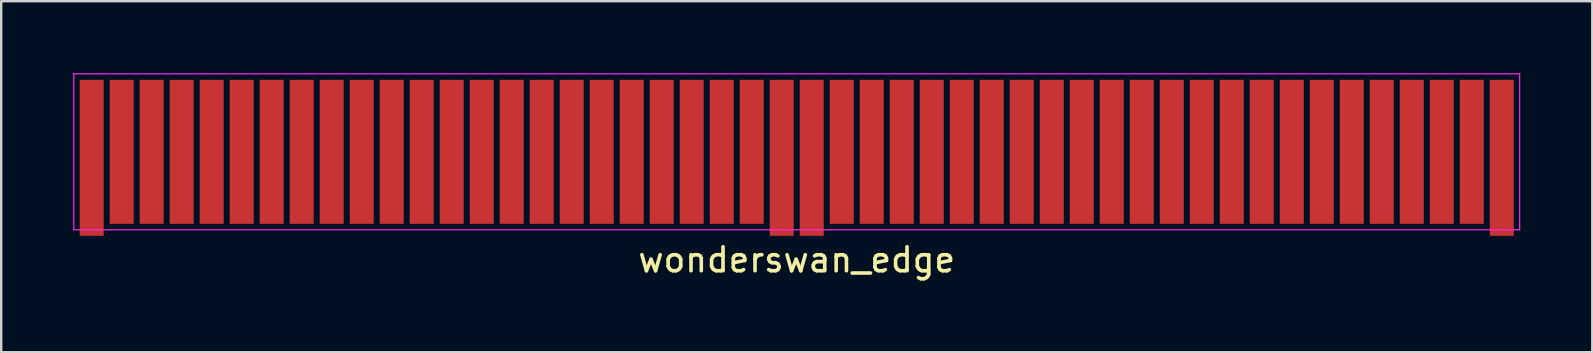
<source format=kicad_pcb>
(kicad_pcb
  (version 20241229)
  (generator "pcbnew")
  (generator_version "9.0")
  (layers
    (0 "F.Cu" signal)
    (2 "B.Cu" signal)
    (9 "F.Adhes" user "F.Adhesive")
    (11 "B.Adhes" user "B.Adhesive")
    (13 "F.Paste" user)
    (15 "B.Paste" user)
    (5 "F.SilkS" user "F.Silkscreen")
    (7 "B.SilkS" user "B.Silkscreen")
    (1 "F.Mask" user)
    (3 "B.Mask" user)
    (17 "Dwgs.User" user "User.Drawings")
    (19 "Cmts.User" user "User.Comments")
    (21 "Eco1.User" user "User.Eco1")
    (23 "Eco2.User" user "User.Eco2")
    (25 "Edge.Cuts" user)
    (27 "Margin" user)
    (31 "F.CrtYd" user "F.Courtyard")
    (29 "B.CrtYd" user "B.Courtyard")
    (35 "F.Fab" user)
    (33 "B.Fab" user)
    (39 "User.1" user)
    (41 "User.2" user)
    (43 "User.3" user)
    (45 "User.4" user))
  (footprint "wonderswan_edge"
    (layer "F.Cu")
    (at 30.145 3.275)
    (property "Reference" "wonderswan_edge" (at 0 4.5 0) (layer "F.SilkS") (effects (font (size 1 1) (thickness 0.15))))
    (attr smd)
    (fp_line (start -30.12 -3.25) (end 30.12 -3.25) (stroke (width 0.05) (type solid)) (layer "F.CrtYd"))
    (fp_line (start -30.12 3.25) (end -30.12 -3.25) (stroke (width 0.05) (type solid)) (layer "F.CrtYd"))
    (fp_line (start 30.12 -3.25) (end 30.12 3.25) (stroke (width 0.05) (type solid)) (layer "F.CrtYd"))
    (fp_line (start 30.12 3.25) (end -30.12 3.25) (stroke (width 0.05) (type solid)) (layer "F.CrtYd"))
    (pad "1" smd rect (at -29.375 0.25) (size 1 6.5) (layers "F.Cu" "F.Mask" "F.Paste"))
    (pad "2" smd rect (at -28.125 0) (size 1 6) (layers "F.Cu" "F.Mask" "F.Paste"))
    (pad "3" smd rect (at -26.875 0) (size 1 6) (layers "F.Cu" "F.Mask" "F.Paste"))
    (pad "4" smd rect (at -25.625 0) (size 1 6) (layers "F.Cu" "F.Mask" "F.Paste"))
    (pad "5" smd rect (at -24.375 0) (size 1 6) (layers "F.Cu" "F.Mask" "F.Paste"))
    (pad "6" smd rect (at -23.125 0) (size 1 6) (layers "F.Cu" "F.Mask" "F.Paste"))
    (pad "7" smd rect (at -21.875 0) (size 1 6) (layers "F.Cu" "F.Mask" "F.Paste"))
    (pad "8" smd rect (at -20.625 0) (size 1 6) (layers "F.Cu" "F.Mask" "F.Paste"))
    (pad "9" smd rect (at -19.375 0) (size 1 6) (layers "F.Cu" "F.Mask" "F.Paste"))
    (pad "10" smd rect (at -18.125 0) (size 1 6) (layers "F.Cu" "F.Mask" "F.Paste"))
    (pad "11" smd rect (at -16.875 0) (size 1 6) (layers "F.Cu" "F.Mask" "F.Paste"))
    (pad "12" smd rect (at -15.625 0) (size 1 6) (layers "F.Cu" "F.Mask" "F.Paste"))
    (pad "13" smd rect (at -14.375 0) (size 1 6) (layers "F.Cu" "F.Mask" "F.Paste"))
    (pad "14" smd rect (at -13.125 0) (size 1 6) (layers "F.Cu" "F.Mask" "F.Paste"))
    (pad "15" smd rect (at -11.875 0) (size 1 6) (layers "F.Cu" "F.Mask" "F.Paste"))
    (pad "16" smd rect (at -10.625 0) (size 1 6) (layers "F.Cu" "F.Mask" "F.Paste"))
    (pad "17" smd rect (at -9.375 0) (size 1 6) (layers "F.Cu" "F.Mask" "F.Paste"))
    (pad "18" smd rect (at -8.125 0) (size 1 6) (layers "F.Cu" "F.Mask" "F.Paste"))
    (pad "19" smd rect (at -6.875 0) (size 1 6) (layers "F.Cu" "F.Mask" "F.Paste"))
    (pad "20" smd rect (at -5.625 0) (size 1 6) (layers "F.Cu" "F.Mask" "F.Paste"))
    (pad "21" smd rect (at -4.375 0) (size 1 6) (layers "F.Cu" "F.Mask" "F.Paste"))
    (pad "22" smd rect (at -3.125 0) (size 1 6) (layers "F.Cu" "F.Mask" "F.Paste"))
    (pad "23" smd rect (at -1.875 0) (size 1 6) (layers "F.Cu" "F.Mask" "F.Paste"))
    (pad "24" smd rect (at -0.625 0.25) (size 1 6.5) (layers "F.Cu" "F.Mask" "F.Paste"))
    (pad "25" smd rect (at 0.625 0.25) (size 1 6.5) (layers "F.Cu" "F.Mask" "F.Paste"))
    (pad "26" smd rect (at 1.875 0) (size 1 6) (layers "F.Cu" "F.Mask" "F.Paste"))
    (pad "27" smd rect (at 3.125 0) (size 1 6) (layers "F.Cu" "F.Mask" "F.Paste"))
    (pad "28" smd rect (at 4.375 0) (size 1 6) (layers "F.Cu" "F.Mask" "F.Paste"))
    (pad "29" smd rect (at 5.625 0) (size 1 6) (layers "F.Cu" "F.Mask" "F.Paste"))
    (pad "30" smd rect (at 6.875 0) (size 1 6) (layers "F.Cu" "F.Mask" "F.Paste"))
    (pad "31" smd rect (at 8.125 0) (size 1 6) (layers "F.Cu" "F.Mask" "F.Paste"))
    (pad "32" smd rect (at 9.375 0) (size 1 6) (layers "F.Cu" "F.Mask" "F.Paste"))
    (pad "33" smd rect (at 10.625 0) (size 1 6) (layers "F.Cu" "F.Mask" "F.Paste"))
    (pad "34" smd rect (at 11.875 0) (size 1 6) (layers "F.Cu" "F.Mask" "F.Paste"))
    (pad "35" smd rect (at 13.125 0) (size 1 6) (layers "F.Cu" "F.Mask" "F.Paste"))
    (pad "36" smd rect (at 14.375 0) (size 1 6) (layers "F.Cu" "F.Mask" "F.Paste"))
    (pad "37" smd rect (at 15.625 0) (size 1 6) (layers "F.Cu" "F.Mask" "F.Paste"))
    (pad "38" smd rect (at 16.875 0) (size 1 6) (layers "F.Cu" "F.Mask" "F.Paste"))
    (pad "39" smd rect (at 18.125 0) (size 1 6) (layers "F.Cu" "F.Mask" "F.Paste"))
    (pad "40" smd rect (at 19.375 0) (size 1 6) (layers "F.Cu" "F.Mask" "F.Paste"))
    (pad "41" smd rect (at 20.625 0) (size 1 6) (layers "F.Cu" "F.Mask" "F.Paste"))
    (pad "42" smd rect (at 21.875 0) (size 1 6) (layers "F.Cu" "F.Mask" "F.Paste"))
    (pad "43" smd rect (at 23.125 0) (size 1 6) (layers "F.Cu" "F.Mask" "F.Paste"))
    (pad "44" smd rect (at 24.375 0) (size 1 6) (layers "F.Cu" "F.Mask" "F.Paste"))
    (pad "45" smd rect (at 25.625 0) (size 1 6) (layers "F.Cu" "F.Mask" "F.Paste"))
    (pad "46" smd rect (at 26.875 0) (size 1 6) (layers "F.Cu" "F.Mask" "F.Paste"))
    (pad "47" smd rect (at 28.125 0) (size 1 6) (layers "F.Cu" "F.Mask" "F.Paste"))
    (pad "48" smd rect (at 29.375 0.25) (size 1 6.5) (layers "F.Cu" "F.Mask" "F.Paste")))
  (gr_rect
    (start -3 -3)
    (end 63.29 11.623)
    (stroke (width 0.1) (type default))
    (fill no)
    (layer "Edge.Cuts")))
</source>
